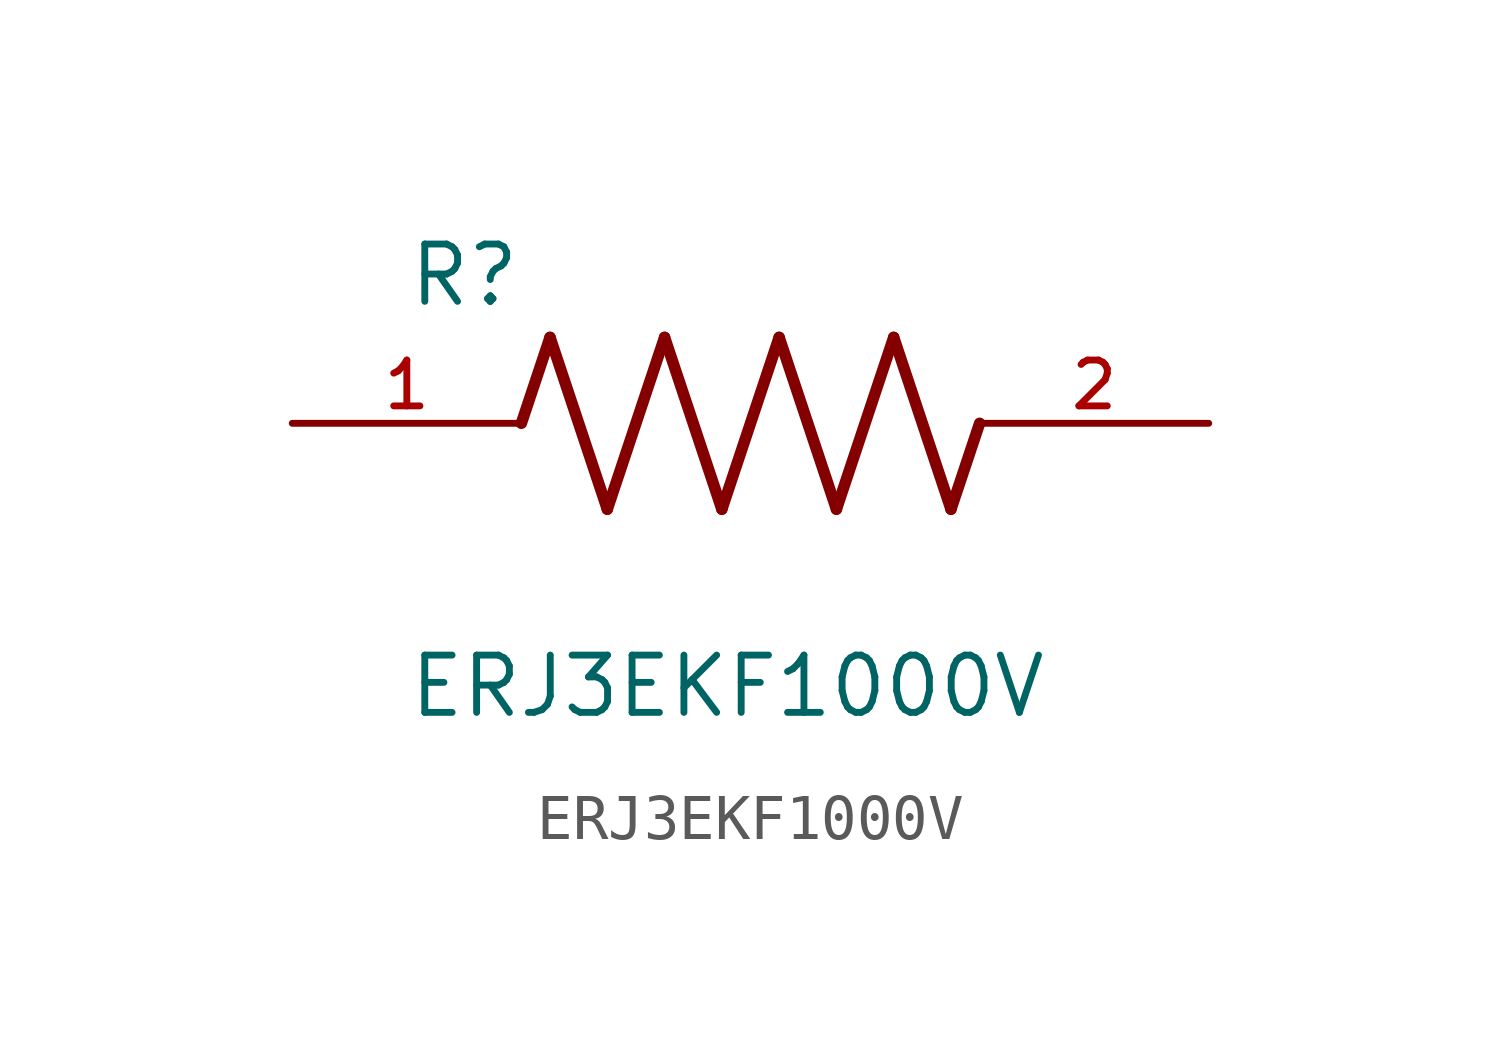
<source format=kicad_sym>
(kicad_symbol_lib
  (version 20211014)
  (generator kicad_symbol_editor)
  (symbol "ERJ3EKF1000V"
    (pin_names
      (offset 1.016))
    (property "Reference" "R"
      (at -7.624 2.541 0)
      (effects (font (size 1.27 1.27)) (justify bottom left)))
    (property "Value" "ERJ3EKF1000V"
      (at -7.624 -5.087 0)
      (effects (font (size 1.27 1.27)) (justify top left)))
    (symbol "ERJ3EKF1000V_0_0"
      (polyline (pts (xy -5.08 0.0) (xy -4.445 1.905)) (stroke (width 0.254)))
      (polyline (pts (xy -4.445 1.905) (xy -3.175 -1.905)) (stroke (width 0.254)))
      (polyline (pts (xy -3.175 -1.905) (xy -1.905 1.905)) (stroke (width 0.254)))
      (polyline (pts (xy -1.905 1.905) (xy -0.635 -1.905)) (stroke (width 0.254)))
      (polyline (pts (xy -0.635 -1.905) (xy 0.635 1.905)) (stroke (width 0.254)))
      (polyline (pts (xy 0.635 1.905) (xy 1.905 -1.905)) (stroke (width 0.254)))
      (polyline (pts (xy 1.905 -1.905) (xy 3.175 1.905)) (stroke (width 0.254)))
      (polyline (pts (xy 3.175 1.905) (xy 4.445 -1.905)) (stroke (width 0.254)))
      (polyline (pts (xy 4.445 -1.905) (xy 5.08 0.0)) (stroke (width 0.254)))
      (pin passive line (at -10.16 0.0 0) (length 5.08) (name "~" (effects (font (size 1.016 1.016)))) (number "1" (effects (font (size 1.016 1.016)))))
      (pin passive line (at 10.16 0.0 180.0) (length 5.08) (name "~" (effects (font (size 1.016 1.016)))) (number "2" (effects (font (size 1.016 1.016))))))))
</source>
